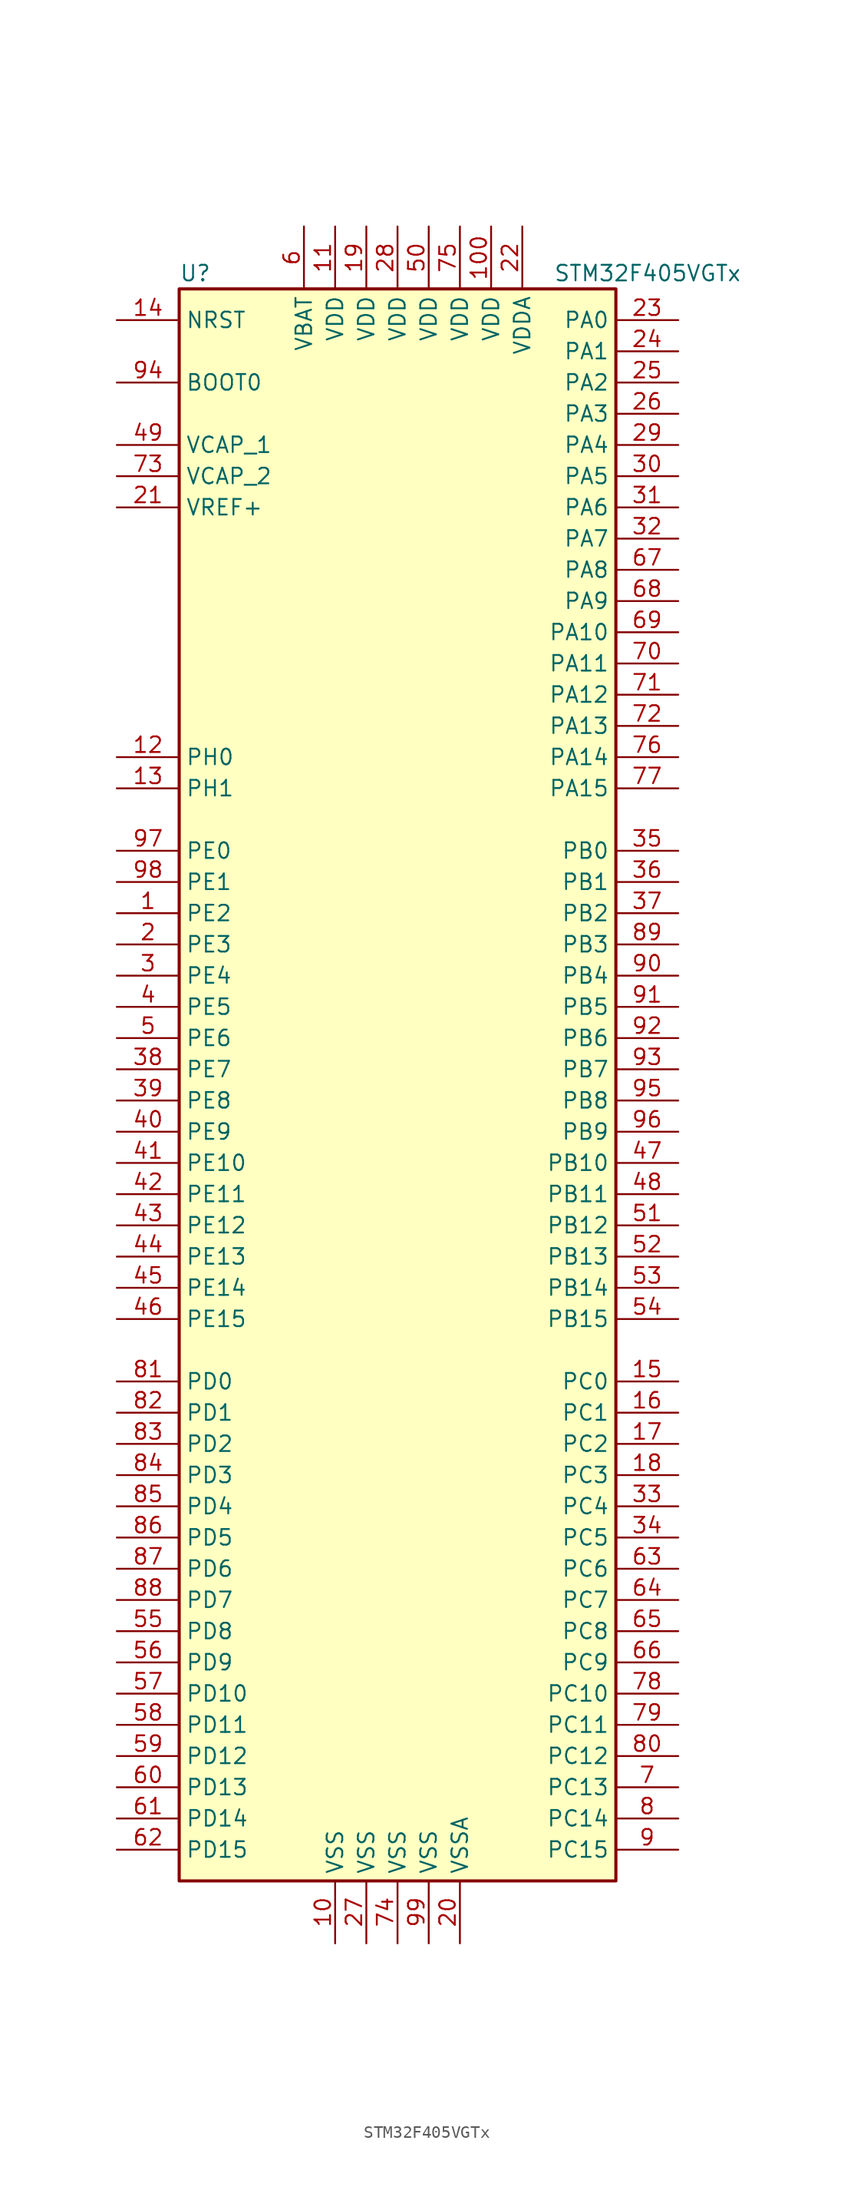
<source format=kicad_sym>
(kicad_symbol_lib
  (version 20201005)
  (generator kicad_symbol_editor)
  (symbol "STM32F405VGTx"
    (property "Reference" "U"
      (at -17.78 64.77 0)
      (effects (font (size 1.27 1.27)) (justify left)))
    (property "Value" "STM32F405VGTx"
      (at 12.7 64.77 0)
      (effects (font (size 1.27 1.27)) (justify left)))
    (symbol "STM32F405VGTx_0_1"
      (rectangle (start -17.78 -66.04) (end 17.78 63.5) (stroke (width 0.254)) (fill (type background))))
    (symbol "STM32F405VGTx_1_1"
      (pin bidirectional line (at -22.86 12.7 0) (length 5.08) (name "PE2" (effects (font (size 1.27 1.27)))) (number "1" (effects (font (size 1.27 1.27)))))
      (pin power_in line (at -5.08 -71.12 90) (length 5.08) (name "VSS" (effects (font (size 1.27 1.27)))) (number "10" (effects (font (size 1.27 1.27)))))
      (pin power_in line (at 7.62 68.58 270) (length 5.08) (name "VDD" (effects (font (size 1.27 1.27)))) (number "100" (effects (font (size 1.27 1.27)))))
      (pin power_in line (at -5.08 68.58 270) (length 5.08) (name "VDD" (effects (font (size 1.27 1.27)))) (number "11" (effects (font (size 1.27 1.27)))))
      (pin input line (at -22.86 25.4 0) (length 5.08) (name "PH0" (effects (font (size 1.27 1.27)))) (number "12" (effects (font (size 1.27 1.27)))))
      (pin input line (at -22.86 22.86 0) (length 5.08) (name "PH1" (effects (font (size 1.27 1.27)))) (number "13" (effects (font (size 1.27 1.27)))))
      (pin input line (at -22.86 60.96 0) (length 5.08) (name "NRST" (effects (font (size 1.27 1.27)))) (number "14" (effects (font (size 1.27 1.27)))))
      (pin bidirectional line (at 22.86 -25.4 180) (length 5.08) (name "PC0" (effects (font (size 1.27 1.27)))) (number "15" (effects (font (size 1.27 1.27)))))
      (pin bidirectional line (at 22.86 -27.94 180) (length 5.08) (name "PC1" (effects (font (size 1.27 1.27)))) (number "16" (effects (font (size 1.27 1.27)))))
      (pin bidirectional line (at 22.86 -30.48 180) (length 5.08) (name "PC2" (effects (font (size 1.27 1.27)))) (number "17" (effects (font (size 1.27 1.27)))))
      (pin bidirectional line (at 22.86 -33.02 180) (length 5.08) (name "PC3" (effects (font (size 1.27 1.27)))) (number "18" (effects (font (size 1.27 1.27)))))
      (pin power_in line (at -2.54 68.58 270) (length 5.08) (name "VDD" (effects (font (size 1.27 1.27)))) (number "19" (effects (font (size 1.27 1.27)))))
      (pin bidirectional line (at -22.86 10.16 0) (length 5.08) (name "PE3" (effects (font (size 1.27 1.27)))) (number "2" (effects (font (size 1.27 1.27)))))
      (pin power_in line (at 5.08 -71.12 90) (length 5.08) (name "VSSA" (effects (font (size 1.27 1.27)))) (number "20" (effects (font (size 1.27 1.27)))))
      (pin power_in line (at -22.86 45.72 0) (length 5.08) (name "VREF+" (effects (font (size 1.27 1.27)))) (number "21" (effects (font (size 1.27 1.27)))))
      (pin power_in line (at 10.16 68.58 270) (length 5.08) (name "VDDA" (effects (font (size 1.27 1.27)))) (number "22" (effects (font (size 1.27 1.27)))))
      (pin bidirectional line (at 22.86 60.96 180) (length 5.08) (name "PA0" (effects (font (size 1.27 1.27)))) (number "23" (effects (font (size 1.27 1.27)))))
      (pin bidirectional line (at 22.86 58.42 180) (length 5.08) (name "PA1" (effects (font (size 1.27 1.27)))) (number "24" (effects (font (size 1.27 1.27)))))
      (pin bidirectional line (at 22.86 55.88 180) (length 5.08) (name "PA2" (effects (font (size 1.27 1.27)))) (number "25" (effects (font (size 1.27 1.27)))))
      (pin bidirectional line (at 22.86 53.34 180) (length 5.08) (name "PA3" (effects (font (size 1.27 1.27)))) (number "26" (effects (font (size 1.27 1.27)))))
      (pin power_in line (at -2.54 -71.12 90) (length 5.08) (name "VSS" (effects (font (size 1.27 1.27)))) (number "27" (effects (font (size 1.27 1.27)))))
      (pin power_in line (at 0 68.58 270) (length 5.08) (name "VDD" (effects (font (size 1.27 1.27)))) (number "28" (effects (font (size 1.27 1.27)))))
      (pin bidirectional line (at 22.86 50.8 180) (length 5.08) (name "PA4" (effects (font (size 1.27 1.27)))) (number "29" (effects (font (size 1.27 1.27)))))
      (pin bidirectional line (at -22.86 7.62 0) (length 5.08) (name "PE4" (effects (font (size 1.27 1.27)))) (number "3" (effects (font (size 1.27 1.27)))))
      (pin bidirectional line (at 22.86 48.26 180) (length 5.08) (name "PA5" (effects (font (size 1.27 1.27)))) (number "30" (effects (font (size 1.27 1.27)))))
      (pin bidirectional line (at 22.86 45.72 180) (length 5.08) (name "PA6" (effects (font (size 1.27 1.27)))) (number "31" (effects (font (size 1.27 1.27)))))
      (pin bidirectional line (at 22.86 43.18 180) (length 5.08) (name "PA7" (effects (font (size 1.27 1.27)))) (number "32" (effects (font (size 1.27 1.27)))))
      (pin bidirectional line (at 22.86 -35.56 180) (length 5.08) (name "PC4" (effects (font (size 1.27 1.27)))) (number "33" (effects (font (size 1.27 1.27)))))
      (pin bidirectional line (at 22.86 -38.1 180) (length 5.08) (name "PC5" (effects (font (size 1.27 1.27)))) (number "34" (effects (font (size 1.27 1.27)))))
      (pin bidirectional line (at 22.86 17.78 180) (length 5.08) (name "PB0" (effects (font (size 1.27 1.27)))) (number "35" (effects (font (size 1.27 1.27)))))
      (pin bidirectional line (at 22.86 15.24 180) (length 5.08) (name "PB1" (effects (font (size 1.27 1.27)))) (number "36" (effects (font (size 1.27 1.27)))))
      (pin bidirectional line (at 22.86 12.7 180) (length 5.08) (name "PB2" (effects (font (size 1.27 1.27)))) (number "37" (effects (font (size 1.27 1.27)))))
      (pin bidirectional line (at -22.86 0 0) (length 5.08) (name "PE7" (effects (font (size 1.27 1.27)))) (number "38" (effects (font (size 1.27 1.27)))))
      (pin bidirectional line (at -22.86 -2.54 0) (length 5.08) (name "PE8" (effects (font (size 1.27 1.27)))) (number "39" (effects (font (size 1.27 1.27)))))
      (pin bidirectional line (at -22.86 5.08 0) (length 5.08) (name "PE5" (effects (font (size 1.27 1.27)))) (number "4" (effects (font (size 1.27 1.27)))))
      (pin bidirectional line (at -22.86 -5.08 0) (length 5.08) (name "PE9" (effects (font (size 1.27 1.27)))) (number "40" (effects (font (size 1.27 1.27)))))
      (pin bidirectional line (at -22.86 -7.62 0) (length 5.08) (name "PE10" (effects (font (size 1.27 1.27)))) (number "41" (effects (font (size 1.27 1.27)))))
      (pin bidirectional line (at -22.86 -10.16 0) (length 5.08) (name "PE11" (effects (font (size 1.27 1.27)))) (number "42" (effects (font (size 1.27 1.27)))))
      (pin bidirectional line (at -22.86 -12.7 0) (length 5.08) (name "PE12" (effects (font (size 1.27 1.27)))) (number "43" (effects (font (size 1.27 1.27)))))
      (pin bidirectional line (at -22.86 -15.24 0) (length 5.08) (name "PE13" (effects (font (size 1.27 1.27)))) (number "44" (effects (font (size 1.27 1.27)))))
      (pin bidirectional line (at -22.86 -17.78 0) (length 5.08) (name "PE14" (effects (font (size 1.27 1.27)))) (number "45" (effects (font (size 1.27 1.27)))))
      (pin bidirectional line (at -22.86 -20.32 0) (length 5.08) (name "PE15" (effects (font (size 1.27 1.27)))) (number "46" (effects (font (size 1.27 1.27)))))
      (pin bidirectional line (at 22.86 -7.62 180) (length 5.08) (name "PB10" (effects (font (size 1.27 1.27)))) (number "47" (effects (font (size 1.27 1.27)))))
      (pin bidirectional line (at 22.86 -10.16 180) (length 5.08) (name "PB11" (effects (font (size 1.27 1.27)))) (number "48" (effects (font (size 1.27 1.27)))))
      (pin power_in line (at -22.86 50.8 0) (length 5.08) (name "VCAP_1" (effects (font (size 1.27 1.27)))) (number "49" (effects (font (size 1.27 1.27)))))
      (pin bidirectional line (at -22.86 2.54 0) (length 5.08) (name "PE6" (effects (font (size 1.27 1.27)))) (number "5" (effects (font (size 1.27 1.27)))))
      (pin power_in line (at 2.54 68.58 270) (length 5.08) (name "VDD" (effects (font (size 1.27 1.27)))) (number "50" (effects (font (size 1.27 1.27)))))
      (pin bidirectional line (at 22.86 -12.7 180) (length 5.08) (name "PB12" (effects (font (size 1.27 1.27)))) (number "51" (effects (font (size 1.27 1.27)))))
      (pin bidirectional line (at 22.86 -15.24 180) (length 5.08) (name "PB13" (effects (font (size 1.27 1.27)))) (number "52" (effects (font (size 1.27 1.27)))))
      (pin bidirectional line (at 22.86 -17.78 180) (length 5.08) (name "PB14" (effects (font (size 1.27 1.27)))) (number "53" (effects (font (size 1.27 1.27)))))
      (pin bidirectional line (at 22.86 -20.32 180) (length 5.08) (name "PB15" (effects (font (size 1.27 1.27)))) (number "54" (effects (font (size 1.27 1.27)))))
      (pin bidirectional line (at -22.86 -45.72 0) (length 5.08) (name "PD8" (effects (font (size 1.27 1.27)))) (number "55" (effects (font (size 1.27 1.27)))))
      (pin bidirectional line (at -22.86 -48.26 0) (length 5.08) (name "PD9" (effects (font (size 1.27 1.27)))) (number "56" (effects (font (size 1.27 1.27)))))
      (pin bidirectional line (at -22.86 -50.8 0) (length 5.08) (name "PD10" (effects (font (size 1.27 1.27)))) (number "57" (effects (font (size 1.27 1.27)))))
      (pin bidirectional line (at -22.86 -53.34 0) (length 5.08) (name "PD11" (effects (font (size 1.27 1.27)))) (number "58" (effects (font (size 1.27 1.27)))))
      (pin bidirectional line (at -22.86 -55.88 0) (length 5.08) (name "PD12" (effects (font (size 1.27 1.27)))) (number "59" (effects (font (size 1.27 1.27)))))
      (pin power_in line (at -7.62 68.58 270) (length 5.08) (name "VBAT" (effects (font (size 1.27 1.27)))) (number "6" (effects (font (size 1.27 1.27)))))
      (pin bidirectional line (at -22.86 -58.42 0) (length 5.08) (name "PD13" (effects (font (size 1.27 1.27)))) (number "60" (effects (font (size 1.27 1.27)))))
      (pin bidirectional line (at -22.86 -60.96 0) (length 5.08) (name "PD14" (effects (font (size 1.27 1.27)))) (number "61" (effects (font (size 1.27 1.27)))))
      (pin bidirectional line (at -22.86 -63.5 0) (length 5.08) (name "PD15" (effects (font (size 1.27 1.27)))) (number "62" (effects (font (size 1.27 1.27)))))
      (pin bidirectional line (at 22.86 -40.64 180) (length 5.08) (name "PC6" (effects (font (size 1.27 1.27)))) (number "63" (effects (font (size 1.27 1.27)))))
      (pin bidirectional line (at 22.86 -43.18 180) (length 5.08) (name "PC7" (effects (font (size 1.27 1.27)))) (number "64" (effects (font (size 1.27 1.27)))))
      (pin bidirectional line (at 22.86 -45.72 180) (length 5.08) (name "PC8" (effects (font (size 1.27 1.27)))) (number "65" (effects (font (size 1.27 1.27)))))
      (pin bidirectional line (at 22.86 -48.26 180) (length 5.08) (name "PC9" (effects (font (size 1.27 1.27)))) (number "66" (effects (font (size 1.27 1.27)))))
      (pin bidirectional line (at 22.86 40.64 180) (length 5.08) (name "PA8" (effects (font (size 1.27 1.27)))) (number "67" (effects (font (size 1.27 1.27)))))
      (pin bidirectional line (at 22.86 38.1 180) (length 5.08) (name "PA9" (effects (font (size 1.27 1.27)))) (number "68" (effects (font (size 1.27 1.27)))))
      (pin bidirectional line (at 22.86 35.56 180) (length 5.08) (name "PA10" (effects (font (size 1.27 1.27)))) (number "69" (effects (font (size 1.27 1.27)))))
      (pin bidirectional line (at 22.86 -58.42 180) (length 5.08) (name "PC13" (effects (font (size 1.27 1.27)))) (number "7" (effects (font (size 1.27 1.27)))))
      (pin bidirectional line (at 22.86 33.02 180) (length 5.08) (name "PA11" (effects (font (size 1.27 1.27)))) (number "70" (effects (font (size 1.27 1.27)))))
      (pin bidirectional line (at 22.86 30.48 180) (length 5.08) (name "PA12" (effects (font (size 1.27 1.27)))) (number "71" (effects (font (size 1.27 1.27)))))
      (pin bidirectional line (at 22.86 27.94 180) (length 5.08) (name "PA13" (effects (font (size 1.27 1.27)))) (number "72" (effects (font (size 1.27 1.27)))))
      (pin power_in line (at -22.86 48.26 0) (length 5.08) (name "VCAP_2" (effects (font (size 1.27 1.27)))) (number "73" (effects (font (size 1.27 1.27)))))
      (pin power_in line (at 0 -71.12 90) (length 5.08) (name "VSS" (effects (font (size 1.27 1.27)))) (number "74" (effects (font (size 1.27 1.27)))))
      (pin power_in line (at 5.08 68.58 270) (length 5.08) (name "VDD" (effects (font (size 1.27 1.27)))) (number "75" (effects (font (size 1.27 1.27)))))
      (pin bidirectional line (at 22.86 25.4 180) (length 5.08) (name "PA14" (effects (font (size 1.27 1.27)))) (number "76" (effects (font (size 1.27 1.27)))))
      (pin bidirectional line (at 22.86 22.86 180) (length 5.08) (name "PA15" (effects (font (size 1.27 1.27)))) (number "77" (effects (font (size 1.27 1.27)))))
      (pin bidirectional line (at 22.86 -50.8 180) (length 5.08) (name "PC10" (effects (font (size 1.27 1.27)))) (number "78" (effects (font (size 1.27 1.27)))))
      (pin bidirectional line (at 22.86 -53.34 180) (length 5.08) (name "PC11" (effects (font (size 1.27 1.27)))) (number "79" (effects (font (size 1.27 1.27)))))
      (pin bidirectional line (at 22.86 -60.96 180) (length 5.08) (name "PC14" (effects (font (size 1.27 1.27)))) (number "8" (effects (font (size 1.27 1.27)))))
      (pin bidirectional line (at 22.86 -55.88 180) (length 5.08) (name "PC12" (effects (font (size 1.27 1.27)))) (number "80" (effects (font (size 1.27 1.27)))))
      (pin bidirectional line (at -22.86 -25.4 0) (length 5.08) (name "PD0" (effects (font (size 1.27 1.27)))) (number "81" (effects (font (size 1.27 1.27)))))
      (pin bidirectional line (at -22.86 -27.94 0) (length 5.08) (name "PD1" (effects (font (size 1.27 1.27)))) (number "82" (effects (font (size 1.27 1.27)))))
      (pin bidirectional line (at -22.86 -30.48 0) (length 5.08) (name "PD2" (effects (font (size 1.27 1.27)))) (number "83" (effects (font (size 1.27 1.27)))))
      (pin bidirectional line (at -22.86 -33.02 0) (length 5.08) (name "PD3" (effects (font (size 1.27 1.27)))) (number "84" (effects (font (size 1.27 1.27)))))
      (pin bidirectional line (at -22.86 -35.56 0) (length 5.08) (name "PD4" (effects (font (size 1.27 1.27)))) (number "85" (effects (font (size 1.27 1.27)))))
      (pin bidirectional line (at -22.86 -38.1 0) (length 5.08) (name "PD5" (effects (font (size 1.27 1.27)))) (number "86" (effects (font (size 1.27 1.27)))))
      (pin bidirectional line (at -22.86 -40.64 0) (length 5.08) (name "PD6" (effects (font (size 1.27 1.27)))) (number "87" (effects (font (size 1.27 1.27)))))
      (pin bidirectional line (at -22.86 -43.18 0) (length 5.08) (name "PD7" (effects (font (size 1.27 1.27)))) (number "88" (effects (font (size 1.27 1.27)))))
      (pin bidirectional line (at 22.86 10.16 180) (length 5.08) (name "PB3" (effects (font (size 1.27 1.27)))) (number "89" (effects (font (size 1.27 1.27)))))
      (pin bidirectional line (at 22.86 -63.5 180) (length 5.08) (name "PC15" (effects (font (size 1.27 1.27)))) (number "9" (effects (font (size 1.27 1.27)))))
      (pin bidirectional line (at 22.86 7.62 180) (length 5.08) (name "PB4" (effects (font (size 1.27 1.27)))) (number "90" (effects (font (size 1.27 1.27)))))
      (pin bidirectional line (at 22.86 5.08 180) (length 5.08) (name "PB5" (effects (font (size 1.27 1.27)))) (number "91" (effects (font (size 1.27 1.27)))))
      (pin bidirectional line (at 22.86 2.54 180) (length 5.08) (name "PB6" (effects (font (size 1.27 1.27)))) (number "92" (effects (font (size 1.27 1.27)))))
      (pin bidirectional line (at 22.86 0 180) (length 5.08) (name "PB7" (effects (font (size 1.27 1.27)))) (number "93" (effects (font (size 1.27 1.27)))))
      (pin input line (at -22.86 55.88 0) (length 5.08) (name "BOOT0" (effects (font (size 1.27 1.27)))) (number "94" (effects (font (size 1.27 1.27)))))
      (pin bidirectional line (at 22.86 -2.54 180) (length 5.08) (name "PB8" (effects (font (size 1.27 1.27)))) (number "95" (effects (font (size 1.27 1.27)))))
      (pin bidirectional line (at 22.86 -5.08 180) (length 5.08) (name "PB9" (effects (font (size 1.27 1.27)))) (number "96" (effects (font (size 1.27 1.27)))))
      (pin bidirectional line (at -22.86 17.78 0) (length 5.08) (name "PE0" (effects (font (size 1.27 1.27)))) (number "97" (effects (font (size 1.27 1.27)))))
      (pin bidirectional line (at -22.86 15.24 0) (length 5.08) (name "PE1" (effects (font (size 1.27 1.27)))) (number "98" (effects (font (size 1.27 1.27)))))
      (pin power_in line (at 2.54 -71.12 90) (length 5.08) (name "VSS" (effects (font (size 1.27 1.27)))) (number "99" (effects (font (size 1.27 1.27))))))))
</source>
